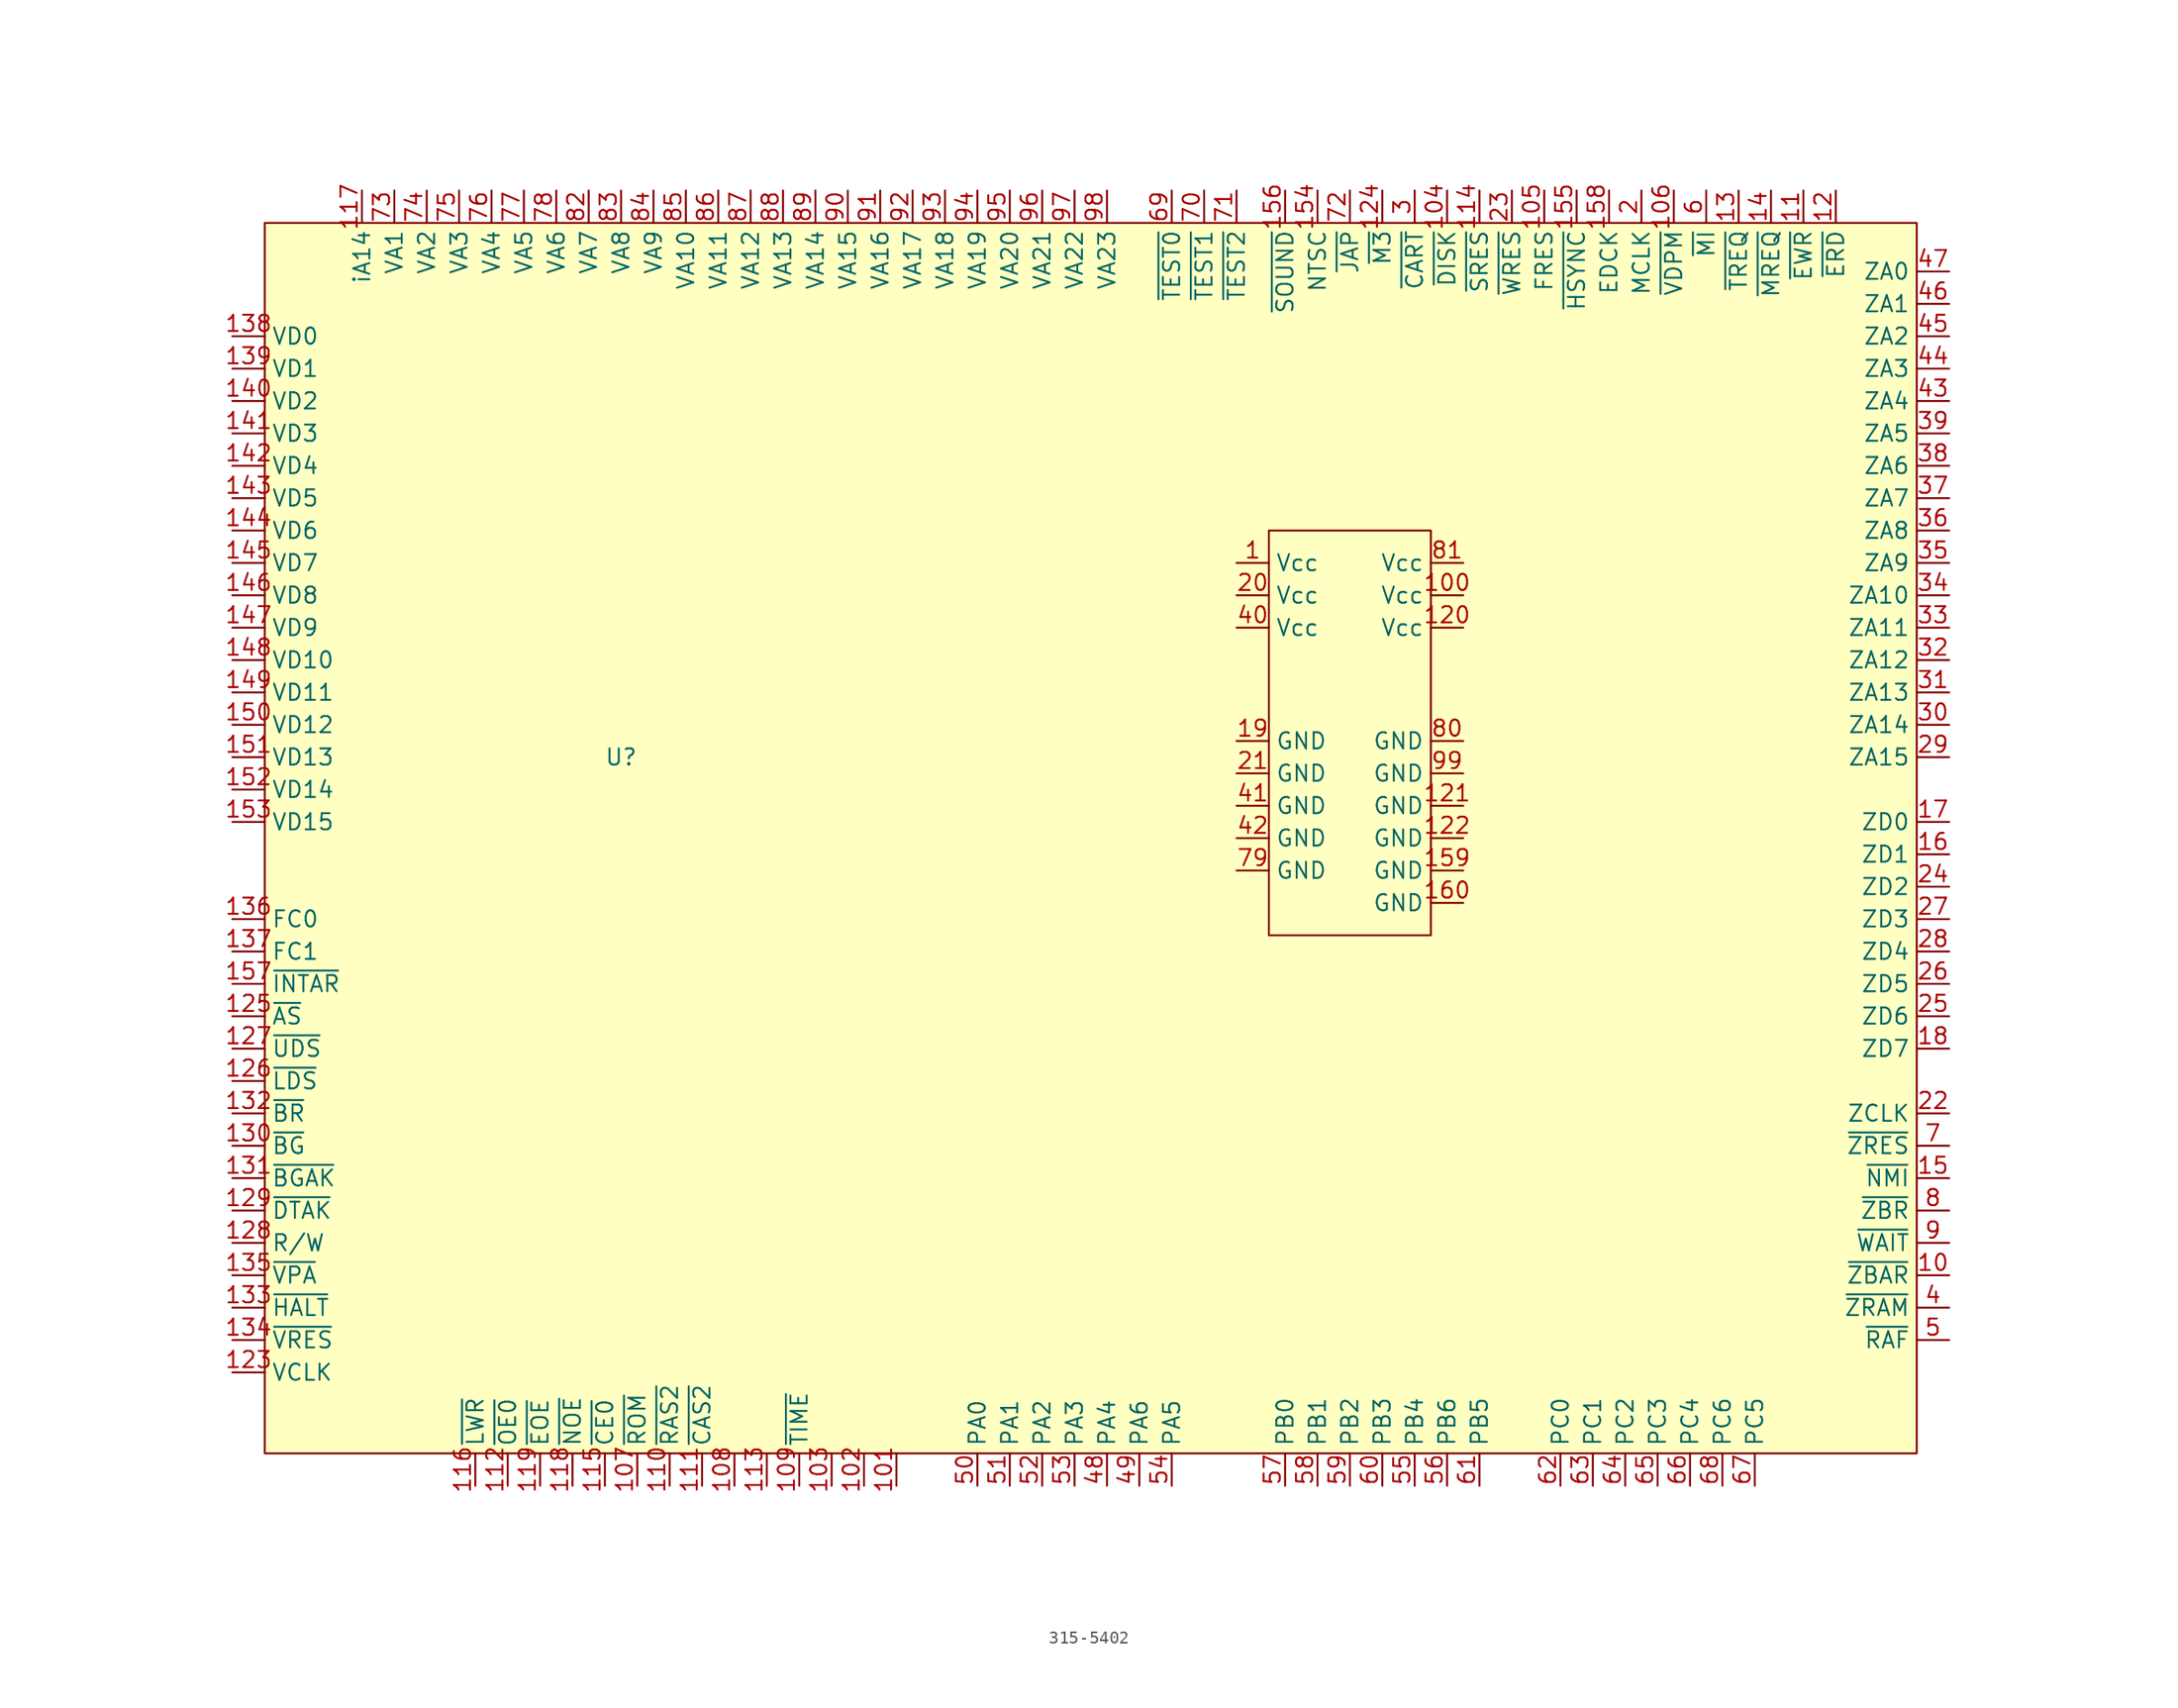
<source format=kicad_sym>
(kicad_symbol_lib
  (version 20220914)
  (generator kicad_symbol_editor)
  (symbol "315-5402"
    (property "Reference" "U"
      (at 11.43 -50.8 0)
      (effects (font (size 1.27 1.27))))
    (property "Value" ""
      (at -19.05 -17.78 0)
      (effects (font (size 1.27 1.27))))
    (symbol "315-5402_0_0"
      (pin unspecified line (at -19.05 -99.06 0) (length 2.54) (name "VCLK" (effects (font (size 1.27 1.27)))) (number "123" (effects (font (size 1.27 1.27)))))
      (pin unspecified line (at -19.05 -63.5 0) (length 2.54) (name "FC0" (effects (font (size 1.27 1.27)))) (number "136" (effects (font (size 1.27 1.27)))))
      (pin unspecified line (at -19.05 -66.04 0) (length 2.54) (name "FC1" (effects (font (size 1.27 1.27)))) (number "137" (effects (font (size 1.27 1.27)))))
      (pin unspecified line (at -19.05 -17.78 0) (length 2.54) (name "VD0" (effects (font (size 1.27 1.27)))) (number "138" (effects (font (size 1.27 1.27)))))
      (pin unspecified line (at -19.05 -20.32 0) (length 2.54) (name "VD1" (effects (font (size 1.27 1.27)))) (number "139" (effects (font (size 1.27 1.27)))))
      (pin unspecified line (at -19.05 -22.86 0) (length 2.54) (name "VD2" (effects (font (size 1.27 1.27)))) (number "140" (effects (font (size 1.27 1.27)))))
      (pin unspecified line (at -19.05 -25.4 0) (length 2.54) (name "VD3" (effects (font (size 1.27 1.27)))) (number "141" (effects (font (size 1.27 1.27)))))
      (pin unspecified line (at -19.05 -27.94 0) (length 2.54) (name "VD4" (effects (font (size 1.27 1.27)))) (number "142" (effects (font (size 1.27 1.27)))))
      (pin unspecified line (at -19.05 -30.48 0) (length 2.54) (name "VD5" (effects (font (size 1.27 1.27)))) (number "143" (effects (font (size 1.27 1.27)))))
      (pin unspecified line (at -19.05 -33.02 0) (length 2.54) (name "VD6" (effects (font (size 1.27 1.27)))) (number "144" (effects (font (size 1.27 1.27)))))
      (pin unspecified line (at -19.05 -35.56 0) (length 2.54) (name "VD7" (effects (font (size 1.27 1.27)))) (number "145" (effects (font (size 1.27 1.27)))))
      (pin unspecified line (at -19.05 -38.1 0) (length 2.54) (name "VD8" (effects (font (size 1.27 1.27)))) (number "146" (effects (font (size 1.27 1.27)))))
      (pin unspecified line (at -19.05 -40.64 0) (length 2.54) (name "VD9" (effects (font (size 1.27 1.27)))) (number "147" (effects (font (size 1.27 1.27)))))
      (pin unspecified line (at -19.05 -43.18 0) (length 2.54) (name "VD10" (effects (font (size 1.27 1.27)))) (number "148" (effects (font (size 1.27 1.27)))))
      (pin unspecified line (at -19.05 -45.72 0) (length 2.54) (name "VD11" (effects (font (size 1.27 1.27)))) (number "149" (effects (font (size 1.27 1.27)))))
      (pin unspecified line (at -19.05 -48.26 0) (length 2.54) (name "VD12" (effects (font (size 1.27 1.27)))) (number "150" (effects (font (size 1.27 1.27)))))
      (pin unspecified line (at -19.05 -50.8 0) (length 2.54) (name "VD13" (effects (font (size 1.27 1.27)))) (number "151" (effects (font (size 1.27 1.27)))))
      (pin unspecified line (at -19.05 -53.34 0) (length 2.54) (name "VD14" (effects (font (size 1.27 1.27)))) (number "152" (effects (font (size 1.27 1.27)))))
      (pin unspecified line (at -19.05 -55.88 0) (length 2.54) (name "VD15" (effects (font (size 1.27 1.27)))) (number "153" (effects (font (size 1.27 1.27)))))
      (pin unspecified line (at 115.57 -58.42 180) (length 2.54) (name "ZD1" (effects (font (size 1.27 1.27)))) (number "16" (effects (font (size 1.27 1.27)))))
      (pin unspecified line (at 115.57 -55.88 180) (length 2.54) (name "ZD0" (effects (font (size 1.27 1.27)))) (number "17" (effects (font (size 1.27 1.27)))))
      (pin unspecified line (at 115.57 -78.74 180) (length 2.54) (name "ZCLK" (effects (font (size 1.27 1.27)))) (number "22" (effects (font (size 1.27 1.27)))))
      (pin unspecified line (at 115.57 -60.96 180) (length 2.54) (name "ZD2" (effects (font (size 1.27 1.27)))) (number "24" (effects (font (size 1.27 1.27)))))
      (pin unspecified line (at 115.57 -71.12 180) (length 2.54) (name "ZD6" (effects (font (size 1.27 1.27)))) (number "25" (effects (font (size 1.27 1.27)))))
      (pin unspecified line (at 115.57 -68.58 180) (length 2.54) (name "ZD5" (effects (font (size 1.27 1.27)))) (number "26" (effects (font (size 1.27 1.27)))))
      (pin unspecified line (at 115.57 -63.5 180) (length 2.54) (name "ZD3" (effects (font (size 1.27 1.27)))) (number "27" (effects (font (size 1.27 1.27)))))
      (pin unspecified line (at 115.57 -66.04 180) (length 2.54) (name "ZD4" (effects (font (size 1.27 1.27)))) (number "28" (effects (font (size 1.27 1.27)))))
      (pin unspecified line (at 115.57 -50.8 180) (length 2.54) (name "ZA15" (effects (font (size 1.27 1.27)))) (number "29" (effects (font (size 1.27 1.27)))))
      (pin unspecified line (at 115.57 -48.26 180) (length 2.54) (name "ZA14" (effects (font (size 1.27 1.27)))) (number "30" (effects (font (size 1.27 1.27)))))
      (pin unspecified line (at 115.57 -45.72 180) (length 2.54) (name "ZA13" (effects (font (size 1.27 1.27)))) (number "31" (effects (font (size 1.27 1.27)))))
      (pin unspecified line (at 115.57 -43.18 180) (length 2.54) (name "ZA12" (effects (font (size 1.27 1.27)))) (number "32" (effects (font (size 1.27 1.27)))))
      (pin unspecified line (at 115.57 -40.64 180) (length 2.54) (name "ZA11" (effects (font (size 1.27 1.27)))) (number "33" (effects (font (size 1.27 1.27)))))
      (pin unspecified line (at 115.57 -38.1 180) (length 2.54) (name "ZA10" (effects (font (size 1.27 1.27)))) (number "34" (effects (font (size 1.27 1.27)))))
      (pin unspecified line (at 115.57 -35.56 180) (length 2.54) (name "ZA9" (effects (font (size 1.27 1.27)))) (number "35" (effects (font (size 1.27 1.27)))))
      (pin unspecified line (at 115.57 -33.02 180) (length 2.54) (name "ZA8" (effects (font (size 1.27 1.27)))) (number "36" (effects (font (size 1.27 1.27)))))
      (pin unspecified line (at 115.57 -30.48 180) (length 2.54) (name "ZA7" (effects (font (size 1.27 1.27)))) (number "37" (effects (font (size 1.27 1.27)))))
      (pin unspecified line (at 115.57 -27.94 180) (length 2.54) (name "ZA6" (effects (font (size 1.27 1.27)))) (number "38" (effects (font (size 1.27 1.27)))))
      (pin unspecified line (at 115.57 -25.4 180) (length 2.54) (name "ZA5" (effects (font (size 1.27 1.27)))) (number "39" (effects (font (size 1.27 1.27)))))
      (pin unspecified line (at 115.57 -22.86 180) (length 2.54) (name "ZA4" (effects (font (size 1.27 1.27)))) (number "43" (effects (font (size 1.27 1.27)))))
      (pin unspecified line (at 115.57 -20.32 180) (length 2.54) (name "ZA3" (effects (font (size 1.27 1.27)))) (number "44" (effects (font (size 1.27 1.27)))))
      (pin unspecified line (at 49.53 -107.95 90) (length 2.54) (name "PA4" (effects (font (size 1.27 1.27)))) (number "48" (effects (font (size 1.27 1.27)))))
      (pin unspecified line (at 52.07 -107.95 90) (length 2.54) (name "PA6" (effects (font (size 1.27 1.27)))) (number "49" (effects (font (size 1.27 1.27)))))
      (pin unspecified line (at 39.37 -107.95 90) (length 2.54) (name "PA0" (effects (font (size 1.27 1.27)))) (number "50" (effects (font (size 1.27 1.27)))))
      (pin unspecified line (at 41.91 -107.95 90) (length 2.54) (name "PA1" (effects (font (size 1.27 1.27)))) (number "51" (effects (font (size 1.27 1.27)))))
      (pin unspecified line (at 44.45 -107.95 90) (length 2.54) (name "PA2" (effects (font (size 1.27 1.27)))) (number "52" (effects (font (size 1.27 1.27)))))
      (pin unspecified line (at 46.99 -107.95 90) (length 2.54) (name "PA3" (effects (font (size 1.27 1.27)))) (number "53" (effects (font (size 1.27 1.27)))))
      (pin unspecified line (at 73.66 -107.95 90) (length 2.54) (name "PB4" (effects (font (size 1.27 1.27)))) (number "55" (effects (font (size 1.27 1.27)))))
      (pin unspecified line (at 76.2 -107.95 90) (length 2.54) (name "PB6" (effects (font (size 1.27 1.27)))) (number "56" (effects (font (size 1.27 1.27)))))
      (pin unspecified line (at 63.5 -107.95 90) (length 2.54) (name "PB0" (effects (font (size 1.27 1.27)))) (number "57" (effects (font (size 1.27 1.27)))))
      (pin unspecified line (at 66.04 -107.95 90) (length 2.54) (name "PB1" (effects (font (size 1.27 1.27)))) (number "58" (effects (font (size 1.27 1.27)))))
      (pin unspecified line (at 68.58 -107.95 90) (length 2.54) (name "PB2" (effects (font (size 1.27 1.27)))) (number "59" (effects (font (size 1.27 1.27)))))
      (pin unspecified line (at 71.12 -107.95 90) (length 2.54) (name "PB3" (effects (font (size 1.27 1.27)))) (number "60" (effects (font (size 1.27 1.27)))))
      (pin unspecified line (at 78.74 -107.95 90) (length 2.54) (name "PB5" (effects (font (size 1.27 1.27)))) (number "61" (effects (font (size 1.27 1.27)))))
      (pin unspecified line (at 85.09 -107.95 90) (length 2.54) (name "PC0" (effects (font (size 1.27 1.27)))) (number "62" (effects (font (size 1.27 1.27)))))
      (pin unspecified line (at 87.63 -107.95 90) (length 2.54) (name "PC1" (effects (font (size 1.27 1.27)))) (number "63" (effects (font (size 1.27 1.27)))))
      (pin unspecified line (at 90.17 -107.95 90) (length 2.54) (name "PC2" (effects (font (size 1.27 1.27)))) (number "64" (effects (font (size 1.27 1.27)))))
      (pin unspecified line (at 92.71 -107.95 90) (length 2.54) (name "PC3" (effects (font (size 1.27 1.27)))) (number "65" (effects (font (size 1.27 1.27)))))
      (pin unspecified line (at 95.25 -107.95 90) (length 2.54) (name "PC4" (effects (font (size 1.27 1.27)))) (number "66" (effects (font (size 1.27 1.27)))))
      (pin unspecified line (at 100.33 -107.95 90) (length 2.54) (name "PC5" (effects (font (size 1.27 1.27)))) (number "67" (effects (font (size 1.27 1.27)))))
      (pin unspecified line (at 97.79 -107.95 90) (length 2.54) (name "PC6" (effects (font (size 1.27 1.27)))) (number "68" (effects (font (size 1.27 1.27)))))
      (pin unspecified line (at -6.35 -6.35 270) (length 2.54) (name "VA1" (effects (font (size 1.27 1.27)))) (number "73" (effects (font (size 1.27 1.27)))))
      (pin unspecified line (at -3.81 -6.35 270) (length 2.54) (name "VA2" (effects (font (size 1.27 1.27)))) (number "74" (effects (font (size 1.27 1.27)))))
      (pin unspecified line (at -1.27 -6.35 270) (length 2.54) (name "VA3" (effects (font (size 1.27 1.27)))) (number "75" (effects (font (size 1.27 1.27)))))
      (pin unspecified line (at 1.27 -6.35 270) (length 2.54) (name "VA4" (effects (font (size 1.27 1.27)))) (number "76" (effects (font (size 1.27 1.27)))))
      (pin unspecified line (at 3.81 -6.35 270) (length 2.54) (name "VA5" (effects (font (size 1.27 1.27)))) (number "77" (effects (font (size 1.27 1.27)))))
      (pin unspecified line (at 6.35 -6.35 270) (length 2.54) (name "VA6" (effects (font (size 1.27 1.27)))) (number "78" (effects (font (size 1.27 1.27)))))
      (pin unspecified line (at 8.89 -6.35 270) (length 2.54) (name "VA7" (effects (font (size 1.27 1.27)))) (number "82" (effects (font (size 1.27 1.27)))))
      (pin unspecified line (at 11.43 -6.35 270) (length 2.54) (name "VA8" (effects (font (size 1.27 1.27)))) (number "83" (effects (font (size 1.27 1.27)))))
      (pin unspecified line (at 13.97 -6.35 270) (length 2.54) (name "VA9" (effects (font (size 1.27 1.27)))) (number "84" (effects (font (size 1.27 1.27)))))
      (pin unspecified line (at 16.51 -6.35 270) (length 2.54) (name "VA10" (effects (font (size 1.27 1.27)))) (number "85" (effects (font (size 1.27 1.27)))))
      (pin unspecified line (at 19.05 -6.35 270) (length 2.54) (name "VA11" (effects (font (size 1.27 1.27)))) (number "86" (effects (font (size 1.27 1.27)))))
      (pin unspecified line (at 21.59 -6.35 270) (length 2.54) (name "VA12" (effects (font (size 1.27 1.27)))) (number "87" (effects (font (size 1.27 1.27)))))
      (pin unspecified line (at 24.13 -6.35 270) (length 2.54) (name "VA13" (effects (font (size 1.27 1.27)))) (number "88" (effects (font (size 1.27 1.27)))))
      (pin unspecified line (at 26.67 -6.35 270) (length 2.54) (name "VA14" (effects (font (size 1.27 1.27)))) (number "89" (effects (font (size 1.27 1.27)))))
      (pin unspecified line (at 29.21 -6.35 270) (length 2.54) (name "VA15" (effects (font (size 1.27 1.27)))) (number "90" (effects (font (size 1.27 1.27)))))
      (pin unspecified line (at 31.75 -6.35 270) (length 2.54) (name "VA16" (effects (font (size 1.27 1.27)))) (number "91" (effects (font (size 1.27 1.27)))))
      (pin unspecified line (at 34.29 -6.35 270) (length 2.54) (name "VA17" (effects (font (size 1.27 1.27)))) (number "92" (effects (font (size 1.27 1.27)))))
      (pin unspecified line (at 36.83 -6.35 270) (length 2.54) (name "VA18" (effects (font (size 1.27 1.27)))) (number "93" (effects (font (size 1.27 1.27)))))
      (pin unspecified line (at 39.37 -6.35 270) (length 2.54) (name "VA19" (effects (font (size 1.27 1.27)))) (number "94" (effects (font (size 1.27 1.27)))))
      (pin unspecified line (at 41.91 -6.35 270) (length 2.54) (name "VA20" (effects (font (size 1.27 1.27)))) (number "95" (effects (font (size 1.27 1.27)))))
      (pin unspecified line (at 44.45 -6.35 270) (length 2.54) (name "VA21" (effects (font (size 1.27 1.27)))) (number "96" (effects (font (size 1.27 1.27)))))
      (pin unspecified line (at 46.99 -6.35 270) (length 2.54) (name "VA22" (effects (font (size 1.27 1.27)))) (number "97" (effects (font (size 1.27 1.27)))))
      (pin unspecified line (at 49.53 -6.35 270) (length 2.54) (name "VA23" (effects (font (size 1.27 1.27)))) (number "98" (effects (font (size 1.27 1.27))))))
    (symbol "315-5402_1_0"
      (pin unspecified line (at 59.69 -35.56 0) (length 2.54) (name "Vcc" (effects (font (size 1.27 1.27)))) (number "1" (effects (font (size 1.27 1.27)))))
      (pin unspecified line (at 115.57 -91.44 180) (length 2.54) (name "~{ZBAR}" (effects (font (size 1.27 1.27)))) (number "10" (effects (font (size 1.27 1.27)))))
      (pin unspecified line (at 77.47 -38.1 180) (length 2.54) (name "Vcc" (effects (font (size 1.27 1.27)))) (number "100" (effects (font (size 1.27 1.27)))))
      (pin unspecified line (at 33.02 -107.95 90) (length 2.54) (name "" (effects (font (size 1.27 1.27)))) (number "101" (effects (font (size 1.27 1.27)))))
      (pin unspecified line (at 30.48 -107.95 90) (length 2.54) (name "" (effects (font (size 1.27 1.27)))) (number "102" (effects (font (size 1.27 1.27)))))
      (pin unspecified line (at 27.94 -107.95 90) (length 2.54) (name "" (effects (font (size 1.27 1.27)))) (number "103" (effects (font (size 1.27 1.27)))))
      (pin unspecified line (at 76.2 -6.35 270) (length 2.54) (name "~{DISK}" (effects (font (size 1.27 1.27)))) (number "104" (effects (font (size 1.27 1.27)))))
      (pin unspecified line (at 83.82 -6.35 270) (length 2.54) (name "FRES" (effects (font (size 1.27 1.27)))) (number "105" (effects (font (size 1.27 1.27)))))
      (pin unspecified line (at 93.98 -6.35 270) (length 2.54) (name "~{VDPM}" (effects (font (size 1.27 1.27)))) (number "106" (effects (font (size 1.27 1.27)))))
      (pin unspecified line (at 12.7 -107.95 90) (length 2.54) (name "~{ROM}" (effects (font (size 1.27 1.27)))) (number "107" (effects (font (size 1.27 1.27)))))
      (pin unspecified line (at 20.32 -107.95 90) (length 2.54) (name "" (effects (font (size 1.27 1.27)))) (number "108" (effects (font (size 1.27 1.27)))))
      (pin unspecified line (at 25.4 -107.95 90) (length 2.54) (name "~{TIME}" (effects (font (size 1.27 1.27)))) (number "109" (effects (font (size 1.27 1.27)))))
      (pin unspecified line (at 104.14 -6.35 270) (length 2.54) (name "~{EWR}" (effects (font (size 1.27 1.27)))) (number "11" (effects (font (size 1.27 1.27)))))
      (pin unspecified line (at 15.24 -107.95 90) (length 2.54) (name "~{RAS2}" (effects (font (size 1.27 1.27)))) (number "110" (effects (font (size 1.27 1.27)))))
      (pin unspecified line (at 17.78 -107.95 90) (length 2.54) (name "~{CAS2}" (effects (font (size 1.27 1.27)))) (number "111" (effects (font (size 1.27 1.27)))))
      (pin unspecified line (at 2.54 -107.95 90) (length 2.54) (name "~{OE0}" (effects (font (size 1.27 1.27)))) (number "112" (effects (font (size 1.27 1.27)))))
      (pin unspecified line (at 22.86 -107.95 90) (length 2.54) (name "" (effects (font (size 1.27 1.27)))) (number "113" (effects (font (size 1.27 1.27)))))
      (pin unspecified line (at 78.74 -6.35 270) (length 2.54) (name "~{SRES}" (effects (font (size 1.27 1.27)))) (number "114" (effects (font (size 1.27 1.27)))))
      (pin unspecified line (at 10.16 -107.95 90) (length 2.54) (name "~{CE0}" (effects (font (size 1.27 1.27)))) (number "115" (effects (font (size 1.27 1.27)))))
      (pin unspecified line (at 0 -107.95 90) (length 2.54) (name "~{LWR}" (effects (font (size 1.27 1.27)))) (number "116" (effects (font (size 1.27 1.27)))))
      (pin unspecified line (at -8.89 -6.35 270) (length 2.54) (name "iA14" (effects (font (size 1.27 1.27)))) (number "117" (effects (font (size 1.27 1.27)))))
      (pin unspecified line (at 7.62 -107.95 90) (length 2.54) (name "~{NOE}" (effects (font (size 1.27 1.27)))) (number "118" (effects (font (size 1.27 1.27)))))
      (pin unspecified line (at 5.08 -107.95 90) (length 2.54) (name "~{EOE}" (effects (font (size 1.27 1.27)))) (number "119" (effects (font (size 1.27 1.27)))))
      (pin unspecified line (at 106.68 -6.35 270) (length 2.54) (name "~{ERD}" (effects (font (size 1.27 1.27)))) (number "12" (effects (font (size 1.27 1.27)))))
      (pin unspecified line (at 77.47 -40.64 180) (length 2.54) (name "Vcc" (effects (font (size 1.27 1.27)))) (number "120" (effects (font (size 1.27 1.27)))))
      (pin unspecified line (at 77.47 -54.61 180) (length 2.54) (name "GND" (effects (font (size 1.27 1.27)))) (number "121" (effects (font (size 1.27 1.27)))))
      (pin unspecified line (at 77.47 -57.15 180) (length 2.54) (name "GND" (effects (font (size 1.27 1.27)))) (number "122" (effects (font (size 1.27 1.27)))))
      (pin unspecified line (at 71.12 -6.35 270) (length 2.54) (name "~{M3}" (effects (font (size 1.27 1.27)))) (number "124" (effects (font (size 1.27 1.27)))))
      (pin unspecified line (at -19.05 -71.12 0) (length 2.54) (name "~{AS}" (effects (font (size 1.27 1.27)))) (number "125" (effects (font (size 1.27 1.27)))))
      (pin unspecified line (at -19.05 -76.2 0) (length 2.54) (name "~{LDS}" (effects (font (size 1.27 1.27)))) (number "126" (effects (font (size 1.27 1.27)))))
      (pin unspecified line (at -19.05 -73.66 0) (length 2.54) (name "~{UDS}" (effects (font (size 1.27 1.27)))) (number "127" (effects (font (size 1.27 1.27)))))
      (pin unspecified line (at -19.05 -88.9 0) (length 2.54) (name "R/W" (effects (font (size 1.27 1.27)))) (number "128" (effects (font (size 1.27 1.27)))))
      (pin unspecified line (at -19.05 -86.36 0) (length 2.54) (name "~{DTAK}" (effects (font (size 1.27 1.27)))) (number "129" (effects (font (size 1.27 1.27)))))
      (pin unspecified line (at 99.06 -6.35 270) (length 2.54) (name "~{TREQ}" (effects (font (size 1.27 1.27)))) (number "13" (effects (font (size 1.27 1.27)))))
      (pin unspecified line (at -19.05 -81.28 0) (length 2.54) (name "~{BG}" (effects (font (size 1.27 1.27)))) (number "130" (effects (font (size 1.27 1.27)))))
      (pin unspecified line (at -19.05 -83.82 0) (length 2.54) (name "~{BGAK}" (effects (font (size 1.27 1.27)))) (number "131" (effects (font (size 1.27 1.27)))))
      (pin unspecified line (at -19.05 -78.74 0) (length 2.54) (name "~{BR}" (effects (font (size 1.27 1.27)))) (number "132" (effects (font (size 1.27 1.27)))))
      (pin unspecified line (at -19.05 -93.98 0) (length 2.54) (name "~{HALT}" (effects (font (size 1.27 1.27)))) (number "133" (effects (font (size 1.27 1.27)))))
      (pin unspecified line (at -19.05 -96.52 0) (length 2.54) (name "~{VRES}" (effects (font (size 1.27 1.27)))) (number "134" (effects (font (size 1.27 1.27)))))
      (pin unspecified line (at -19.05 -91.44 0) (length 2.54) (name "~{VPA}" (effects (font (size 1.27 1.27)))) (number "135" (effects (font (size 1.27 1.27)))))
      (pin unspecified line (at 101.6 -6.35 270) (length 2.54) (name "~{MREQ}" (effects (font (size 1.27 1.27)))) (number "14" (effects (font (size 1.27 1.27)))))
      (pin unspecified line (at 115.57 -83.82 180) (length 2.54) (name "~{NMI}" (effects (font (size 1.27 1.27)))) (number "15" (effects (font (size 1.27 1.27)))))
      (pin unspecified line (at 66.04 -6.35 270) (length 2.54) (name "NTSC" (effects (font (size 1.27 1.27)))) (number "154" (effects (font (size 1.27 1.27)))))
      (pin unspecified line (at 86.36 -6.35 270) (length 2.54) (name "~{HSYNC}" (effects (font (size 1.27 1.27)))) (number "155" (effects (font (size 1.27 1.27)))))
      (pin unspecified line (at 63.5 -6.35 270) (length 2.54) (name "~{SOUND}" (effects (font (size 1.27 1.27)))) (number "156" (effects (font (size 1.27 1.27)))))
      (pin unspecified line (at -19.05 -68.58 0) (length 2.54) (name "~{INTAR}" (effects (font (size 1.27 1.27)))) (number "157" (effects (font (size 1.27 1.27)))))
      (pin unspecified line (at 88.9 -6.35 270) (length 2.54) (name "EDCK" (effects (font (size 1.27 1.27)))) (number "158" (effects (font (size 1.27 1.27)))))
      (pin unspecified line (at 77.47 -59.69 180) (length 2.54) (name "GND" (effects (font (size 1.27 1.27)))) (number "159" (effects (font (size 1.27 1.27)))))
      (pin unspecified line (at 77.47 -62.23 180) (length 2.54) (name "GND" (effects (font (size 1.27 1.27)))) (number "160" (effects (font (size 1.27 1.27)))))
      (pin unspecified line (at 115.57 -73.66 180) (length 2.54) (name "ZD7" (effects (font (size 1.27 1.27)))) (number "18" (effects (font (size 1.27 1.27)))))
      (pin unspecified line (at 59.69 -49.53 0) (length 2.54) (name "GND" (effects (font (size 1.27 1.27)))) (number "19" (effects (font (size 1.27 1.27)))))
      (pin unspecified line (at 91.44 -6.35 270) (length 2.54) (name "MCLK" (effects (font (size 1.27 1.27)))) (number "2" (effects (font (size 1.27 1.27)))))
      (pin unspecified line (at 59.69 -38.1 0) (length 2.54) (name "Vcc" (effects (font (size 1.27 1.27)))) (number "20" (effects (font (size 1.27 1.27)))))
      (pin unspecified line (at 59.69 -52.07 0) (length 2.54) (name "GND" (effects (font (size 1.27 1.27)))) (number "21" (effects (font (size 1.27 1.27)))))
      (pin unspecified line (at 81.28 -6.35 270) (length 2.54) (name "~{WRES}" (effects (font (size 1.27 1.27)))) (number "23" (effects (font (size 1.27 1.27)))))
      (pin unspecified line (at 73.66 -6.35 270) (length 2.54) (name "~{CART}" (effects (font (size 1.27 1.27)))) (number "3" (effects (font (size 1.27 1.27)))))
      (pin unspecified line (at 115.57 -93.98 180) (length 2.54) (name "~{ZRAM}" (effects (font (size 1.27 1.27)))) (number "4" (effects (font (size 1.27 1.27)))))
      (pin unspecified line (at 59.69 -40.64 0) (length 2.54) (name "Vcc" (effects (font (size 1.27 1.27)))) (number "40" (effects (font (size 1.27 1.27)))))
      (pin unspecified line (at 59.69 -54.61 0) (length 2.54) (name "GND" (effects (font (size 1.27 1.27)))) (number "41" (effects (font (size 1.27 1.27)))))
      (pin unspecified line (at 59.69 -57.15 0) (length 2.54) (name "GND" (effects (font (size 1.27 1.27)))) (number "42" (effects (font (size 1.27 1.27)))))
      (pin unspecified line (at 115.57 -17.78 180) (length 2.54) (name "ZA2" (effects (font (size 1.27 1.27)))) (number "45" (effects (font (size 1.27 1.27)))))
      (pin unspecified line (at 115.57 -15.24 180) (length 2.54) (name "ZA1" (effects (font (size 1.27 1.27)))) (number "46" (effects (font (size 1.27 1.27)))))
      (pin unspecified line (at 115.57 -12.7 180) (length 2.54) (name "ZA0" (effects (font (size 1.27 1.27)))) (number "47" (effects (font (size 1.27 1.27)))))
      (pin unspecified line (at 115.57 -96.52 180) (length 2.54) (name "~{RAF}" (effects (font (size 1.27 1.27)))) (number "5" (effects (font (size 1.27 1.27)))))
      (pin unspecified line (at 54.61 -107.95 90) (length 2.54) (name "PA5" (effects (font (size 1.27 1.27)))) (number "54" (effects (font (size 1.27 1.27)))))
      (pin unspecified line (at 96.52 -6.35 270) (length 2.54) (name "~{MI}" (effects (font (size 1.27 1.27)))) (number "6" (effects (font (size 1.27 1.27)))))
      (pin unspecified line (at 54.61 -6.35 270) (length 2.54) (name "~{TEST0}" (effects (font (size 1.27 1.27)))) (number "69" (effects (font (size 1.27 1.27)))))
      (pin unspecified line (at 115.57 -81.28 180) (length 2.54) (name "~{ZRES}" (effects (font (size 1.27 1.27)))) (number "7" (effects (font (size 1.27 1.27)))))
      (pin unspecified line (at 57.15 -6.35 270) (length 2.54) (name "~{TEST1}" (effects (font (size 1.27 1.27)))) (number "70" (effects (font (size 1.27 1.27)))))
      (pin unspecified line (at 59.69 -6.35 270) (length 2.54) (name "~{TEST2}" (effects (font (size 1.27 1.27)))) (number "71" (effects (font (size 1.27 1.27)))))
      (pin unspecified line (at 68.58 -6.35 270) (length 2.54) (name "~{JAP}" (effects (font (size 1.27 1.27)))) (number "72" (effects (font (size 1.27 1.27)))))
      (pin unspecified line (at 59.69 -59.69 0) (length 2.54) (name "GND" (effects (font (size 1.27 1.27)))) (number "79" (effects (font (size 1.27 1.27)))))
      (pin unspecified line (at 115.57 -86.36 180) (length 2.54) (name "~{ZBR}" (effects (font (size 1.27 1.27)))) (number "8" (effects (font (size 1.27 1.27)))))
      (pin unspecified line (at 77.47 -49.53 180) (length 2.54) (name "GND" (effects (font (size 1.27 1.27)))) (number "80" (effects (font (size 1.27 1.27)))))
      (pin unspecified line (at 77.47 -35.56 180) (length 2.54) (name "Vcc" (effects (font (size 1.27 1.27)))) (number "81" (effects (font (size 1.27 1.27)))))
      (pin unspecified line (at 115.57 -88.9 180) (length 2.54) (name "~{WAIT}" (effects (font (size 1.27 1.27)))) (number "9" (effects (font (size 1.27 1.27)))))
      (pin unspecified line (at 77.47 -52.07 180) (length 2.54) (name "GND" (effects (font (size 1.27 1.27)))) (number "99" (effects (font (size 1.27 1.27))))))
    (symbol "315-5402_1_1"
      (rectangle (start -16.51 -8.89) (end 113.03 -105.41) (stroke (width 0) (type default)) (fill (type background)))
      (rectangle (start 62.23 -33.02) (end 74.93 -64.77) (stroke (width 0) (type default)) (fill (type background))))))
</source>
